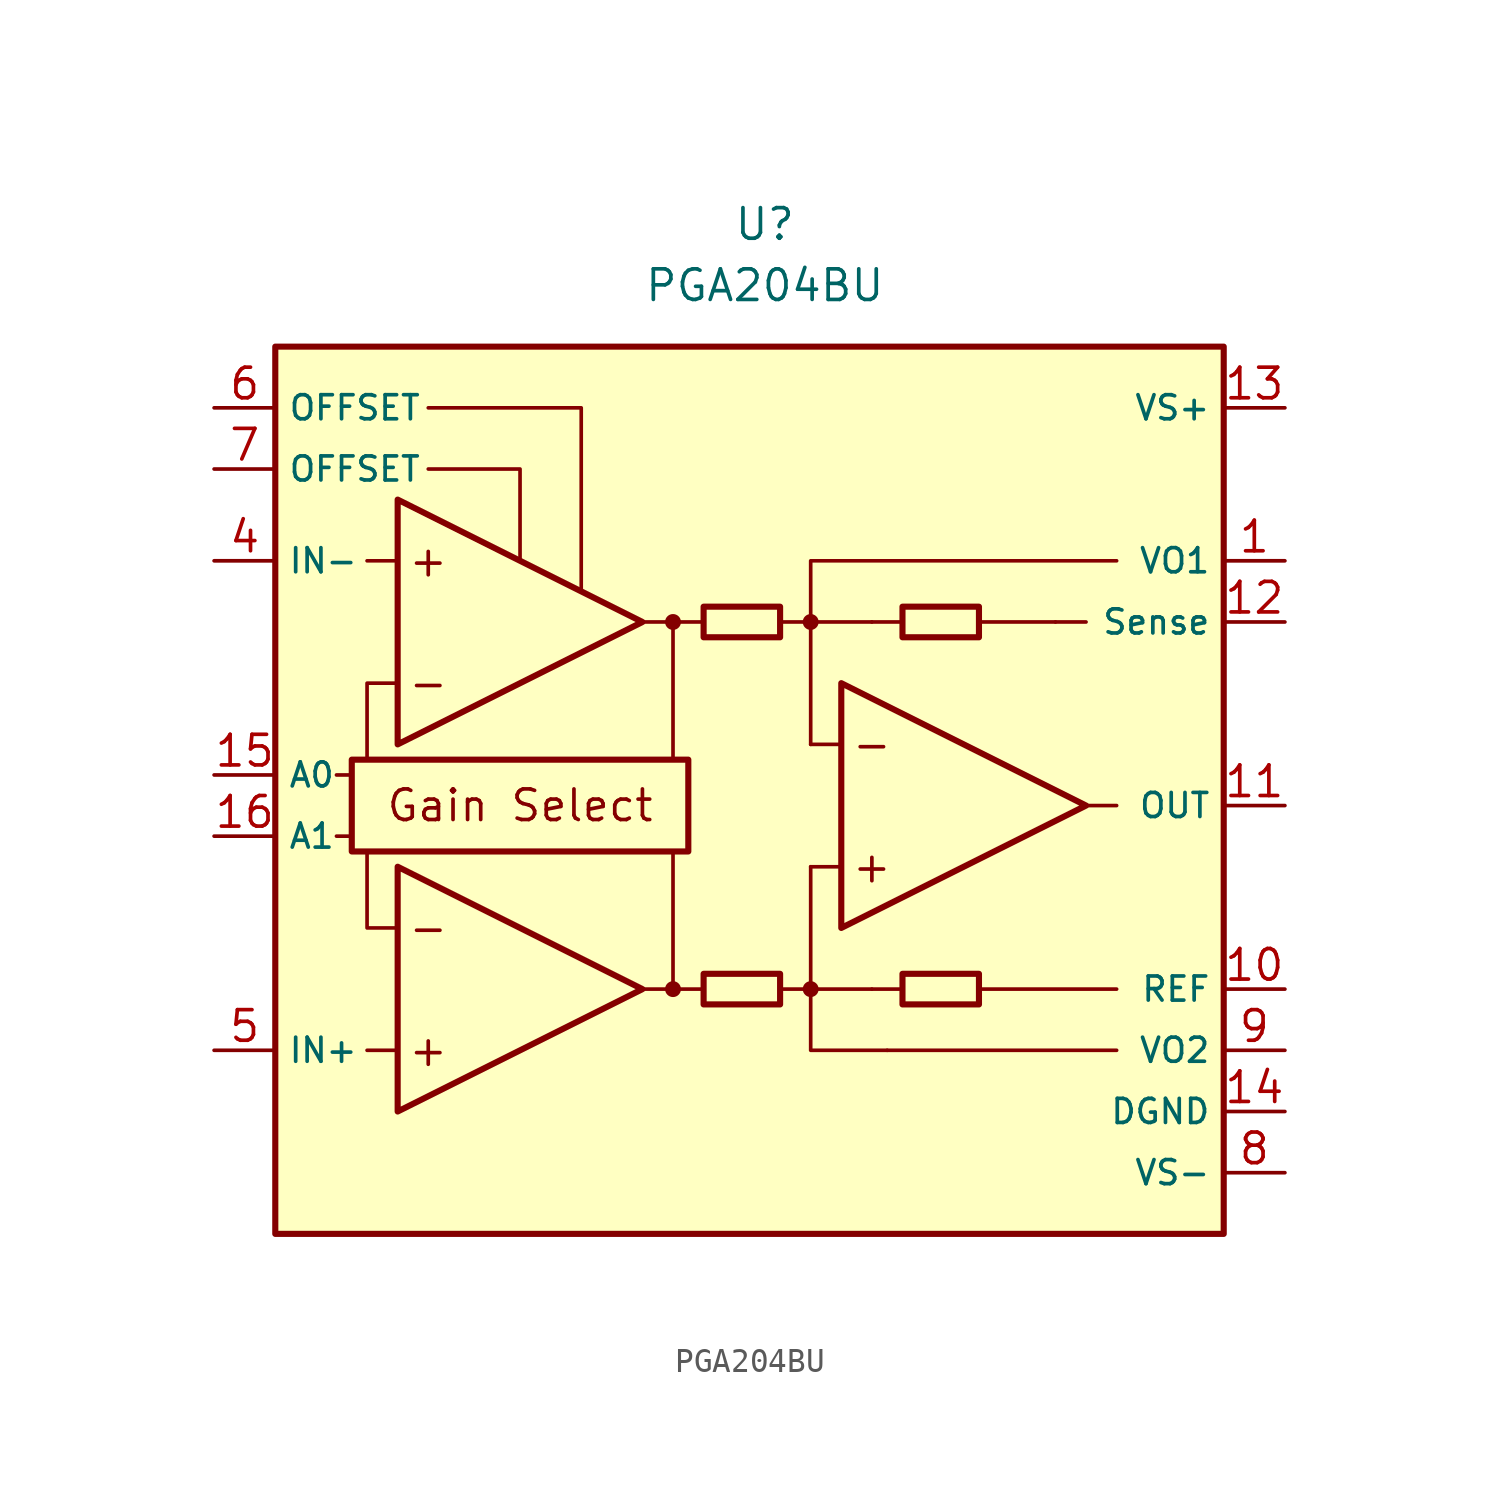
<source format=kicad_sym>
(kicad_symbol_lib
  (version 20211014)
  (generator kicad_symbol_editor)
  (symbol "PGA204BU"
    (property "Reference" "U"
      (at 0 22.86 0)
      (effects (font (size 1.27 1.27))))
    (property "Value" "PGA204BU"
      (at 0 20.32 0)
      (effects (font (size 1.27 1.27))))
    (symbol "PGA204BU_0_0"
      (rectangle (start -20.32 17.78) (end 19.05 -19.05) (stroke (width 0.254) (type default) (color 0 0 0 0)) (fill (type background)))
      (rectangle (start -17.145 0.635) (end -3.175 -3.175) (stroke (width 0.254) (type default) (color 0 0 0 0)) (fill (type none)))
      (circle (center -3.81 -8.89) (radius 0.254) (stroke (width 0.152) (type default) (color 0 0 0 0)) (fill (type outline)))
      (circle (center -3.81 6.35) (radius 0.254) (stroke (width 0.152) (type default) (color 0 0 0 0)) (fill (type outline)))
      (polyline (pts (xy -1.27 -8.89)) (stroke (width 0.152) (type default) (color 0 0 0 0)) (fill (type none)))
      (polyline (pts (xy -1.27 6.35)) (stroke (width 0.152) (type default) (color 0 0 0 0)) (fill (type none)))
      (polyline (pts (xy 5.715 6.35)) (stroke (width 0.152) (type default) (color 0 0 0 0)) (fill (type none)))
      (polyline (pts (xy -17.145 -2.54) (xy -17.78 -2.54)) (stroke (width 0.152) (type default) (color 0 0 0 0)) (fill (type none)))
      (polyline (pts (xy -17.145 0) (xy -17.78 0)) (stroke (width 0.152) (type default) (color 0 0 0 0)) (fill (type none)))
      (polyline (pts (xy -15.24 -11.43) (xy -16.51 -11.43)) (stroke (width 0.152) (type default) (color 0 0 0 0)) (fill (type none)))
      (polyline (pts (xy -15.24 8.89) (xy -16.51 8.89)) (stroke (width 0.152) (type default) (color 0 0 0 0)) (fill (type none)))
      (polyline (pts (xy -5.08 -8.89) (xy -2.54 -8.89)) (stroke (width 0.152) (type default) (color 0 0 0 0)) (fill (type none)))
      (polyline (pts (xy -5.08 6.35) (xy -2.54 6.35)) (stroke (width 0.152) (type default) (color 0 0 0 0)) (fill (type none)))
      (polyline (pts (xy -3.81 -8.89) (xy -3.81 -3.175)) (stroke (width 0.152) (type default) (color 0 0 0 0)) (fill (type none)))
      (polyline (pts (xy -3.81 0.635) (xy -3.81 6.35)) (stroke (width 0.152) (type default) (color 0 0 0 0)) (fill (type none)))
      (polyline (pts (xy 0.635 -8.89) (xy 1.905 -8.89)) (stroke (width 0.152) (type default) (color 0 0 0 0)) (fill (type none)))
      (polyline (pts (xy 0.635 6.35) (xy 1.905 6.35)) (stroke (width 0.152) (type default) (color 0 0 0 0)) (fill (type none)))
      (polyline (pts (xy 3.175 -3.81) (xy 1.905 -3.81)) (stroke (width 0.152) (type default) (color 0 0 0 0)) (fill (type none)))
      (polyline (pts (xy 3.175 1.27) (xy 1.905 1.27)) (stroke (width 0.152) (type default) (color 0 0 0 0)) (fill (type none)))
      (polyline (pts (xy 4.445 -8.89) (xy 1.905 -8.89)) (stroke (width 0.152) (type default) (color 0 0 0 0)) (fill (type none)))
      (polyline (pts (xy 4.445 -8.89) (xy 5.715 -8.89)) (stroke (width 0.152) (type default) (color 0 0 0 0)) (fill (type none)))
      (polyline (pts (xy 4.445 6.35) (xy 1.905 6.35)) (stroke (width 0.152) (type default) (color 0 0 0 0)) (fill (type none)))
      (polyline (pts (xy 4.445 6.35) (xy 5.715 6.35)) (stroke (width 0.152) (type default) (color 0 0 0 0)) (fill (type none)))
      (polyline (pts (xy 8.89 -8.89) (xy 14.605 -8.89)) (stroke (width 0.152) (type default) (color 0 0 0 0)) (fill (type none)))
      (polyline (pts (xy 8.89 6.35) (xy 12.065 6.35)) (stroke (width 0.152) (type default) (color 0 0 0 0)) (fill (type none)))
      (polyline (pts (xy 12.065 6.35) (xy 13.335 6.35)) (stroke (width 0.152) (type default) (color 0 0 0 0)) (fill (type none)))
      (polyline (pts (xy 13.335 -1.27) (xy 14.605 -1.27)) (stroke (width 0.152) (type default) (color 0 0 0 0)) (fill (type none)))
      (polyline (pts (xy 14.605 -11.43) (xy 5.08 -11.43)) (stroke (width 0.152) (type default) (color 0 0 0 0)) (fill (type none)))
      (polyline (pts (xy -16.51 -3.175) (xy -16.51 -6.35) (xy -15.24 -6.35)) (stroke (width 0.152) (type default) (color 0 0 0 0)) (fill (type none)))
      (polyline (pts (xy -15.24 3.81) (xy -16.51 3.81) (xy -16.51 0.635)) (stroke (width 0.152) (type default) (color 0 0 0 0)) (fill (type none)))
      (polyline (pts (xy -13.97 12.7) (xy -10.16 12.7) (xy -10.16 8.89)) (stroke (width 0.152) (type default) (color 0 0 0 0)) (fill (type none)))
      (polyline (pts (xy -7.62 7.62) (xy -7.62 15.24) (xy -13.97 15.24)) (stroke (width 0.152) (type default) (color 0 0 0 0)) (fill (type none)))
      (polyline (pts (xy 1.905 -3.81) (xy 1.905 -11.43) (xy 5.08 -11.43)) (stroke (width 0.152) (type default) (color 0 0 0 0)) (fill (type none)))
      (polyline (pts (xy 14.605 8.89) (xy 1.905 8.89) (xy 1.905 1.27)) (stroke (width 0.152) (type default) (color 0 0 0 0)) (fill (type none)))
      (circle (center 1.905 -8.89) (radius 0.254) (stroke (width 0.152) (type default) (color 0 0 0 0)) (fill (type outline)))
      (circle (center 1.905 6.35) (radius 0.254) (stroke (width 0.152) (type default) (color 0 0 0 0)) (fill (type outline)))
      (text "+" (at -13.97 -11.43 0) (effects (font (size 1.27 1.27))))
      (text "+" (at -13.97 8.89 0) (effects (font (size 1.27 1.27))))
      (text "+" (at 4.445 -3.81 0) (effects (font (size 1.27 1.27))))
      (text "-" (at -13.97 -6.35 0) (effects (font (size 1.27 1.27))))
      (text "-" (at -13.97 3.81 0) (effects (font (size 1.27 1.27))))
      (text "-" (at 4.445 1.27 0) (effects (font (size 1.27 1.27))))
      (text "Gain Select" (at -10.16 -1.27 0) (effects (font (size 1.27 1.27)))))
    (symbol "PGA204BU_0_1"
      (rectangle (start -2.54 -8.255) (end 0.635 -9.525) (stroke (width 0.254) (type default) (color 0 0 0 0)) (fill (type none)))
      (rectangle (start -2.54 6.985) (end 0.635 5.715) (stroke (width 0.254) (type default) (color 0 0 0 0)) (fill (type none)))
      (polyline (pts (xy -15.24 -3.81) (xy -15.24 -13.97) (xy -5.08 -8.89) (xy -15.24 -3.81)) (stroke (width 0.254) (type default) (color 0 0 0 0)) (fill (type background)))
      (polyline (pts (xy -15.24 11.43) (xy -15.24 1.27) (xy -5.08 6.35) (xy -15.24 11.43)) (stroke (width 0.254) (type default) (color 0 0 0 0)) (fill (type background)))
      (polyline (pts (xy 3.175 3.81) (xy 3.175 -6.35) (xy 13.335 -1.27) (xy 3.175 3.81)) (stroke (width 0.254) (type default) (color 0 0 0 0)) (fill (type background)))
      (rectangle (start 5.715 -8.255) (end 8.89 -9.525) (stroke (width 0.254) (type default) (color 0 0 0 0)) (fill (type none)))
      (rectangle (start 5.715 6.985) (end 8.89 5.715) (stroke (width 0.254) (type default) (color 0 0 0 0)) (fill (type none))))
    (symbol "PGA204BU_1_1"
      (pin passive line (at 21.59 8.89 180) (length 2.54) (name "VO1" (effects (font (size 1 1)))) (number "1" (effects (font (size 1.27 1.27)))))
      (pin passive line (at 21.59 -8.89 180) (length 2.54) (name "REF" (effects (font (size 1 1)))) (number "10" (effects (font (size 1.27 1.27)))))
      (pin output line (at 21.59 -1.27 180) (length 2.54) (name "OUT" (effects (font (size 1 1)))) (number "11" (effects (font (size 1.27 1.27)))))
      (pin passive line (at 21.59 6.35 180) (length 2.54) (name "Sense" (effects (font (size 1 1)))) (number "12" (effects (font (size 1.27 1.27)))))
      (pin power_in line (at 21.59 15.24 180) (length 2.54) (name "VS+" (effects (font (size 1 1)))) (number "13" (effects (font (size 1.27 1.27)))))
      (pin power_in line (at 21.59 -13.97 180) (length 2.54) (name "DGND" (effects (font (size 1 1)))) (number "14" (effects (font (size 1.27 1.27)))))
      (pin input line (at -22.86 0 0) (length 2.54) (name "A0" (effects (font (size 1 1)))) (number "15" (effects (font (size 1.27 1.27)))))
      (pin input line (at -22.86 -2.54 0) (length 2.54) (name "A1" (effects (font (size 1 1)))) (number "16" (effects (font (size 1.27 1.27)))))
      (pin no_connect line (at -1.27 -12.7 0) (length 2.54) hide (name "NC" (effects (font (size 1.27 1.27)))) (number "2" (effects (font (size 1.27 1.27)))))
      (pin no_connect line (at -1.27 -15.24 0) (length 2.54) hide (name "NC" (effects (font (size 1.27 1.27)))) (number "3" (effects (font (size 1.27 1.27)))))
      (pin input line (at -22.86 8.89 0) (length 2.54) (name "IN-" (effects (font (size 1 1)))) (number "4" (effects (font (size 1.27 1.27)))))
      (pin input line (at -22.86 -11.43 0) (length 2.54) (name "IN+" (effects (font (size 1 1)))) (number "5" (effects (font (size 1.27 1.27)))))
      (pin passive line (at -22.86 15.24 0) (length 2.54) (name "OFFSET" (effects (font (size 1 1)))) (number "6" (effects (font (size 1.27 1.27)))))
      (pin passive line (at -22.86 12.7 0) (length 2.54) (name "OFFSET" (effects (font (size 1 1)))) (number "7" (effects (font (size 1.27 1.27)))))
      (pin power_in line (at 21.59 -16.51 180) (length 2.54) (name "VS-" (effects (font (size 1 1)))) (number "8" (effects (font (size 1.27 1.27)))))
      (pin passive line (at 21.59 -11.43 180) (length 2.54) (name "VO2" (effects (font (size 1 1)))) (number "9" (effects (font (size 1.27 1.27))))))))
</source>
